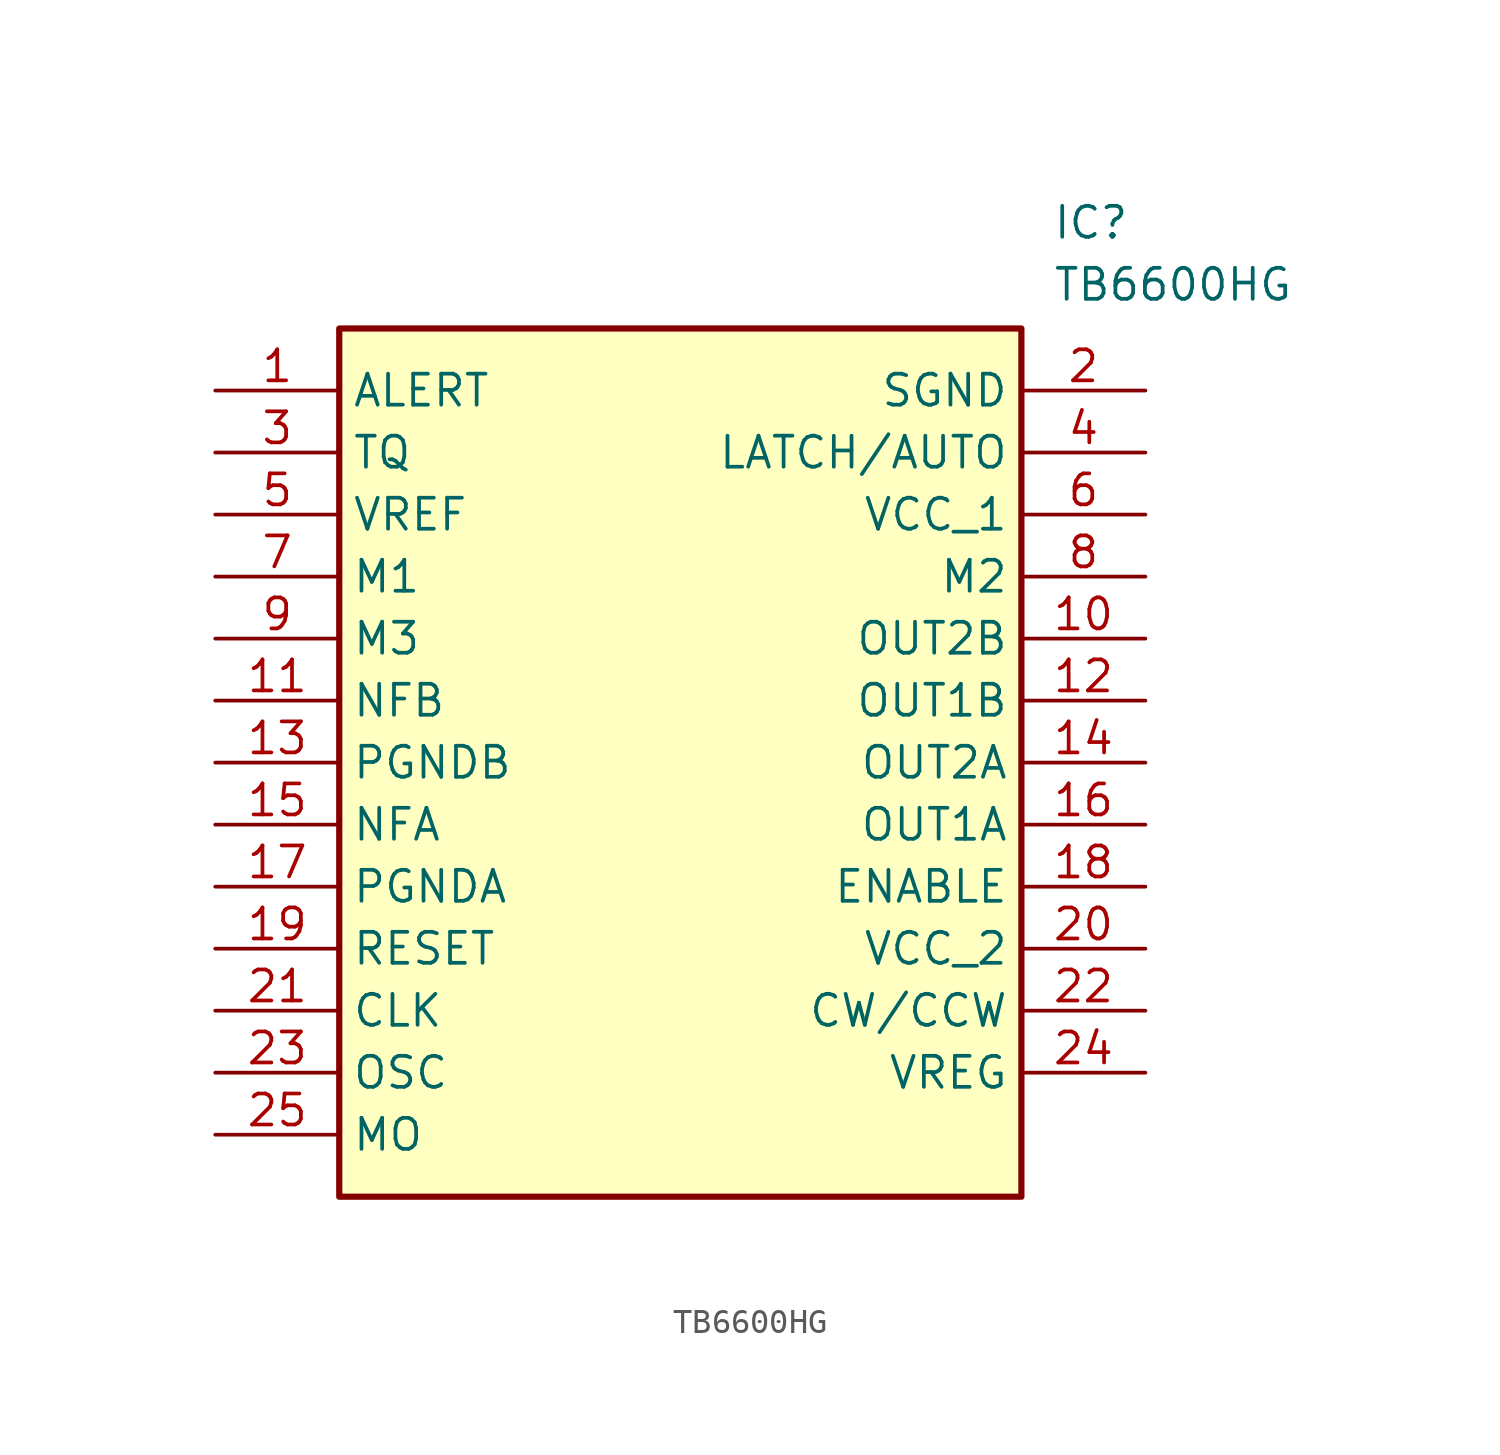
<source format=kicad_sym>
(kicad_symbol_lib
  (version 20211014)
  (generator SamacSys_ECAD_Model)
  (symbol "TB6600HG"
    (property "Reference" "IC"
      (at 34.29 7.62 0)
      (effects (font (size 1.27 1.27)) (justify left top)))
    (property "Value" "TB6600HG"
      (at 34.29 5.08 0)
      (effects (font (size 1.27 1.27)) (justify left top)))
    (rectangle
      (start 5.08 2.54)
      (end 33.02 -33.02)
      (stroke (width 0.254) (type default))
      (fill (type background)))
    (pin passive line
      (at 0 0 0)
      (length 5.08)
      (name "ALERT" (effects (font (size 1.27 1.27))))
      (number "1" (effects (font (size 1.27 1.27)))))
    (pin passive line
      (at 38.1 0 180)
      (length 5.08)
      (name "SGND" (effects (font (size 1.27 1.27))))
      (number "2" (effects (font (size 1.27 1.27)))))
    (pin passive line
      (at 0 -2.54 0)
      (length 5.08)
      (name "TQ" (effects (font (size 1.27 1.27))))
      (number "3" (effects (font (size 1.27 1.27)))))
    (pin passive line
      (at 38.1 -2.54 180)
      (length 5.08)
      (name "LATCH/AUTO" (effects (font (size 1.27 1.27))))
      (number "4" (effects (font (size 1.27 1.27)))))
    (pin passive line
      (at 0 -5.08 0)
      (length 5.08)
      (name "VREF" (effects (font (size 1.27 1.27))))
      (number "5" (effects (font (size 1.27 1.27)))))
    (pin passive line
      (at 38.1 -5.08 180)
      (length 5.08)
      (name "VCC_1" (effects (font (size 1.27 1.27))))
      (number "6" (effects (font (size 1.27 1.27)))))
    (pin passive line
      (at 0 -7.62 0)
      (length 5.08)
      (name "M1" (effects (font (size 1.27 1.27))))
      (number "7" (effects (font (size 1.27 1.27)))))
    (pin passive line
      (at 38.1 -7.62 180)
      (length 5.08)
      (name "M2" (effects (font (size 1.27 1.27))))
      (number "8" (effects (font (size 1.27 1.27)))))
    (pin passive line
      (at 0 -10.16 0)
      (length 5.08)
      (name "M3" (effects (font (size 1.27 1.27))))
      (number "9" (effects (font (size 1.27 1.27)))))
    (pin passive line
      (at 38.1 -10.16 180)
      (length 5.08)
      (name "OUT2B" (effects (font (size 1.27 1.27))))
      (number "10" (effects (font (size 1.27 1.27)))))
    (pin passive line
      (at 0 -12.7 0)
      (length 5.08)
      (name "NFB" (effects (font (size 1.27 1.27))))
      (number "11" (effects (font (size 1.27 1.27)))))
    (pin passive line
      (at 38.1 -12.7 180)
      (length 5.08)
      (name "OUT1B" (effects (font (size 1.27 1.27))))
      (number "12" (effects (font (size 1.27 1.27)))))
    (pin passive line
      (at 0 -15.24 0)
      (length 5.08)
      (name "PGNDB" (effects (font (size 1.27 1.27))))
      (number "13" (effects (font (size 1.27 1.27)))))
    (pin passive line
      (at 38.1 -15.24 180)
      (length 5.08)
      (name "OUT2A" (effects (font (size 1.27 1.27))))
      (number "14" (effects (font (size 1.27 1.27)))))
    (pin passive line
      (at 0 -17.78 0)
      (length 5.08)
      (name "NFA" (effects (font (size 1.27 1.27))))
      (number "15" (effects (font (size 1.27 1.27)))))
    (pin passive line
      (at 38.1 -17.78 180)
      (length 5.08)
      (name "OUT1A" (effects (font (size 1.27 1.27))))
      (number "16" (effects (font (size 1.27 1.27)))))
    (pin passive line
      (at 0 -20.32 0)
      (length 5.08)
      (name "PGNDA" (effects (font (size 1.27 1.27))))
      (number "17" (effects (font (size 1.27 1.27)))))
    (pin passive line
      (at 38.1 -20.32 180)
      (length 5.08)
      (name "ENABLE" (effects (font (size 1.27 1.27))))
      (number "18" (effects (font (size 1.27 1.27)))))
    (pin passive line
      (at 0 -22.86 0)
      (length 5.08)
      (name "RESET" (effects (font (size 1.27 1.27))))
      (number "19" (effects (font (size 1.27 1.27)))))
    (pin passive line
      (at 38.1 -22.86 180)
      (length 5.08)
      (name "VCC_2" (effects (font (size 1.27 1.27))))
      (number "20" (effects (font (size 1.27 1.27)))))
    (pin passive line
      (at 0 -25.4 0)
      (length 5.08)
      (name "CLK" (effects (font (size 1.27 1.27))))
      (number "21" (effects (font (size 1.27 1.27)))))
    (pin passive line
      (at 38.1 -25.4 180)
      (length 5.08)
      (name "CW/CCW" (effects (font (size 1.27 1.27))))
      (number "22" (effects (font (size 1.27 1.27)))))
    (pin passive line
      (at 0 -27.94 0)
      (length 5.08)
      (name "OSC" (effects (font (size 1.27 1.27))))
      (number "23" (effects (font (size 1.27 1.27)))))
    (pin passive line
      (at 38.1 -27.94 180)
      (length 5.08)
      (name "VREG" (effects (font (size 1.27 1.27))))
      (number "24" (effects (font (size 1.27 1.27)))))
    (pin passive line
      (at 0 -30.48 0)
      (length 5.08)
      (name "MO" (effects (font (size 1.27 1.27))))
      (number "25" (effects (font (size 1.27 1.27)))))))
</source>
